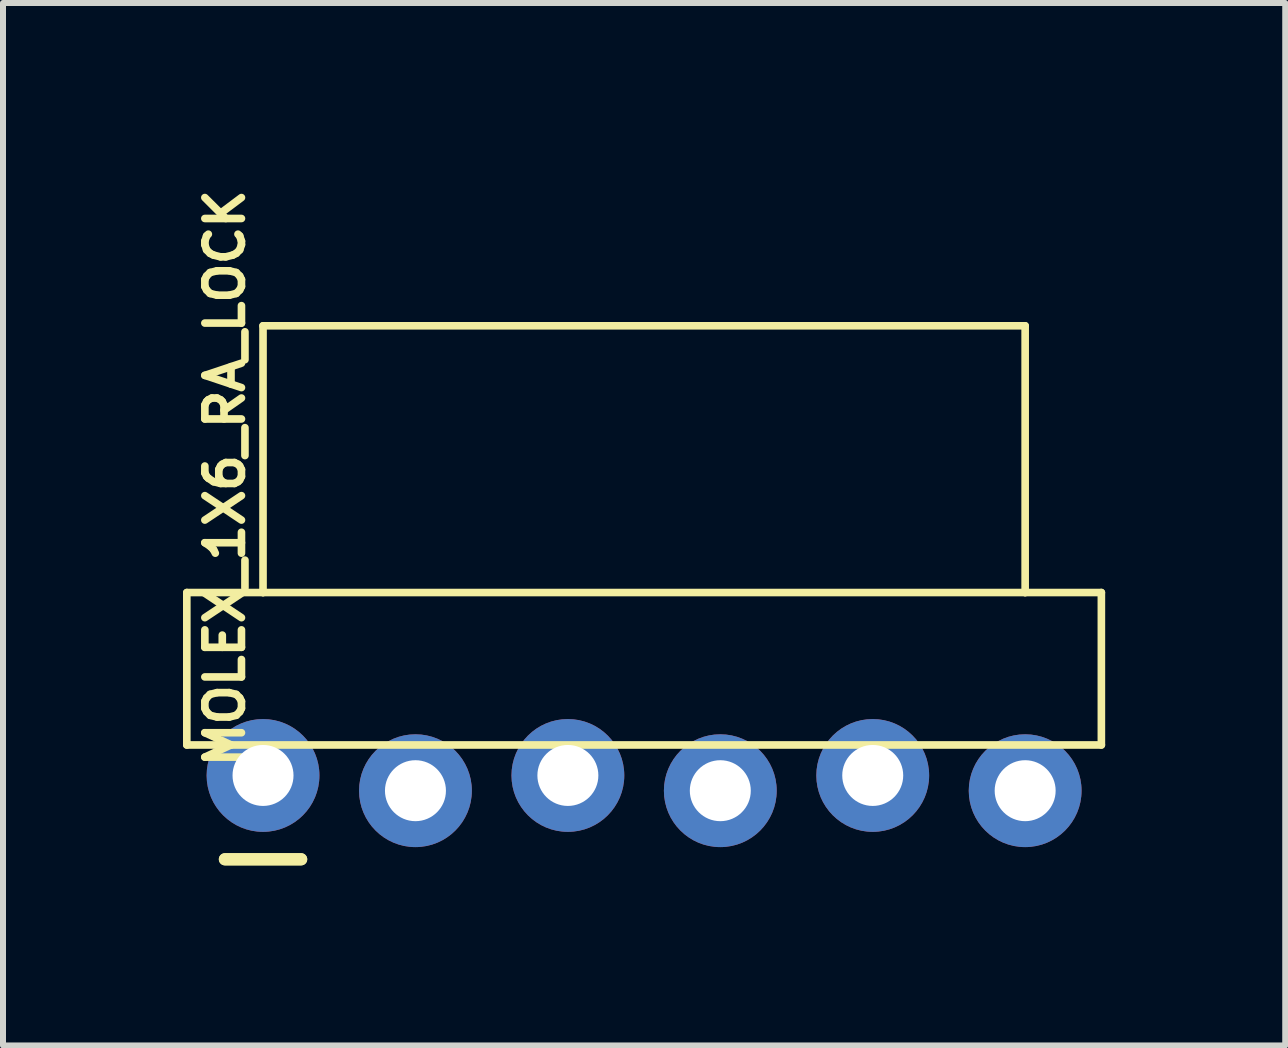
<source format=kicad_pcb>
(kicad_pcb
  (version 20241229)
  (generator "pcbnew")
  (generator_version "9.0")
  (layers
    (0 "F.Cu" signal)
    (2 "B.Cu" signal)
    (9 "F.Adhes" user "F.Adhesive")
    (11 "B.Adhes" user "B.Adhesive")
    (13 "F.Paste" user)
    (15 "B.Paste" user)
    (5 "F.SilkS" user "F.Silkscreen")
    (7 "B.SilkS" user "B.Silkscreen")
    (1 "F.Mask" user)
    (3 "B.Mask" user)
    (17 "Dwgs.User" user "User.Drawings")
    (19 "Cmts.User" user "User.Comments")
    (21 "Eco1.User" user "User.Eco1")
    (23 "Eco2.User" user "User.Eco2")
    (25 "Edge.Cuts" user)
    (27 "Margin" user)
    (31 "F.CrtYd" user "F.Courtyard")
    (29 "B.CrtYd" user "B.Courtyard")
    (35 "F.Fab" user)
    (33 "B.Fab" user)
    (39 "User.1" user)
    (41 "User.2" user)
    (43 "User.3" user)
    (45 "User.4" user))
  (footprint "MOLEX_1X6_RA_LOCK"
    (layer "F.Cu")
    (at 1.333 9.999)
    (property "Reference" "MOLEX_1X6_RA_LOCK" (at -0.635 -5.08 90) (layer "F.SilkS") (effects (font (size 0.61 0.61) (thickness 0.127))))
    (attr exclude_from_pos_files exclude_from_bom)
    (fp_line (start -1.27 -0.635) (end -1.27 -3.175) (stroke (width 0.127) (type solid)) (layer "F.SilkS"))
    (fp_line (start -0.635 1.27) (end 0.635 1.27) (stroke (width 0.203) (type solid)) (layer "F.SilkS"))
    (fp_line (start 0 -7.62) (end 12.7 -7.62) (stroke (width 0.127) (type solid)) (layer "F.SilkS"))
    (fp_line (start 0 -3.175) (end -1.27 -3.175) (stroke (width 0.127) (type solid)) (layer "F.SilkS"))
    (fp_line (start 0 -3.175) (end 0 -7.62) (stroke (width 0.127) (type solid)) (layer "F.SilkS"))
    (fp_line (start 0.635 1.27) (end -0.635 1.27) (stroke (width 0.203) (type solid)) (layer "F.SilkS"))
    (fp_line (start 12.7 -7.62) (end 12.7 -3.175) (stroke (width 0.127) (type solid)) (layer "F.SilkS"))
    (fp_line (start 12.7 -3.175) (end 0 -3.175) (stroke (width 0.127) (type solid)) (layer "F.SilkS"))
    (fp_line (start 13.97 -3.175) (end 12.7 -3.175) (stroke (width 0.127) (type solid)) (layer "F.SilkS"))
    (fp_line (start 13.97 -0.635) (end -1.27 -0.635) (stroke (width 0.127) (type solid)) (layer "F.SilkS"))
    (fp_line (start 13.97 -0.635) (end 13.97 -3.175) (stroke (width 0.127) (type solid)) (layer "F.SilkS"))
    (pad "1" thru_hole circle (at 0 -0.127) (size 1.88 1.88) (drill 1.016) (layers "*.Cu" "*.Paste" "*.Mask"))
    (pad "2" thru_hole circle (at 2.54 0.127) (size 1.88 1.88) (drill 1.016) (layers "*.Cu" "*.Paste" "*.Mask"))
    (pad "3" thru_hole circle (at 5.08 -0.127) (size 1.88 1.88) (drill 1.016) (layers "*.Cu" "*.Paste" "*.Mask"))
    (pad "4" thru_hole circle (at 7.62 0.127) (size 1.88 1.88) (drill 1.016) (layers "*.Cu" "*.Paste" "*.Mask"))
    (pad "5" thru_hole circle (at 10.16 -0.127) (size 1.88 1.88) (drill 1.016) (layers "*.Cu" "*.Paste" "*.Mask"))
    (pad "6" thru_hole circle (at 12.7 0.127) (size 1.88 1.88) (drill 1.016) (layers "*.Cu" "*.Paste" "*.Mask")))
  (gr_rect
    (start -3 -3)
    (end 18.367 14.371)
    (stroke (width 0.1) (type default))
    (fill no)
    (layer "Edge.Cuts")))
</source>
